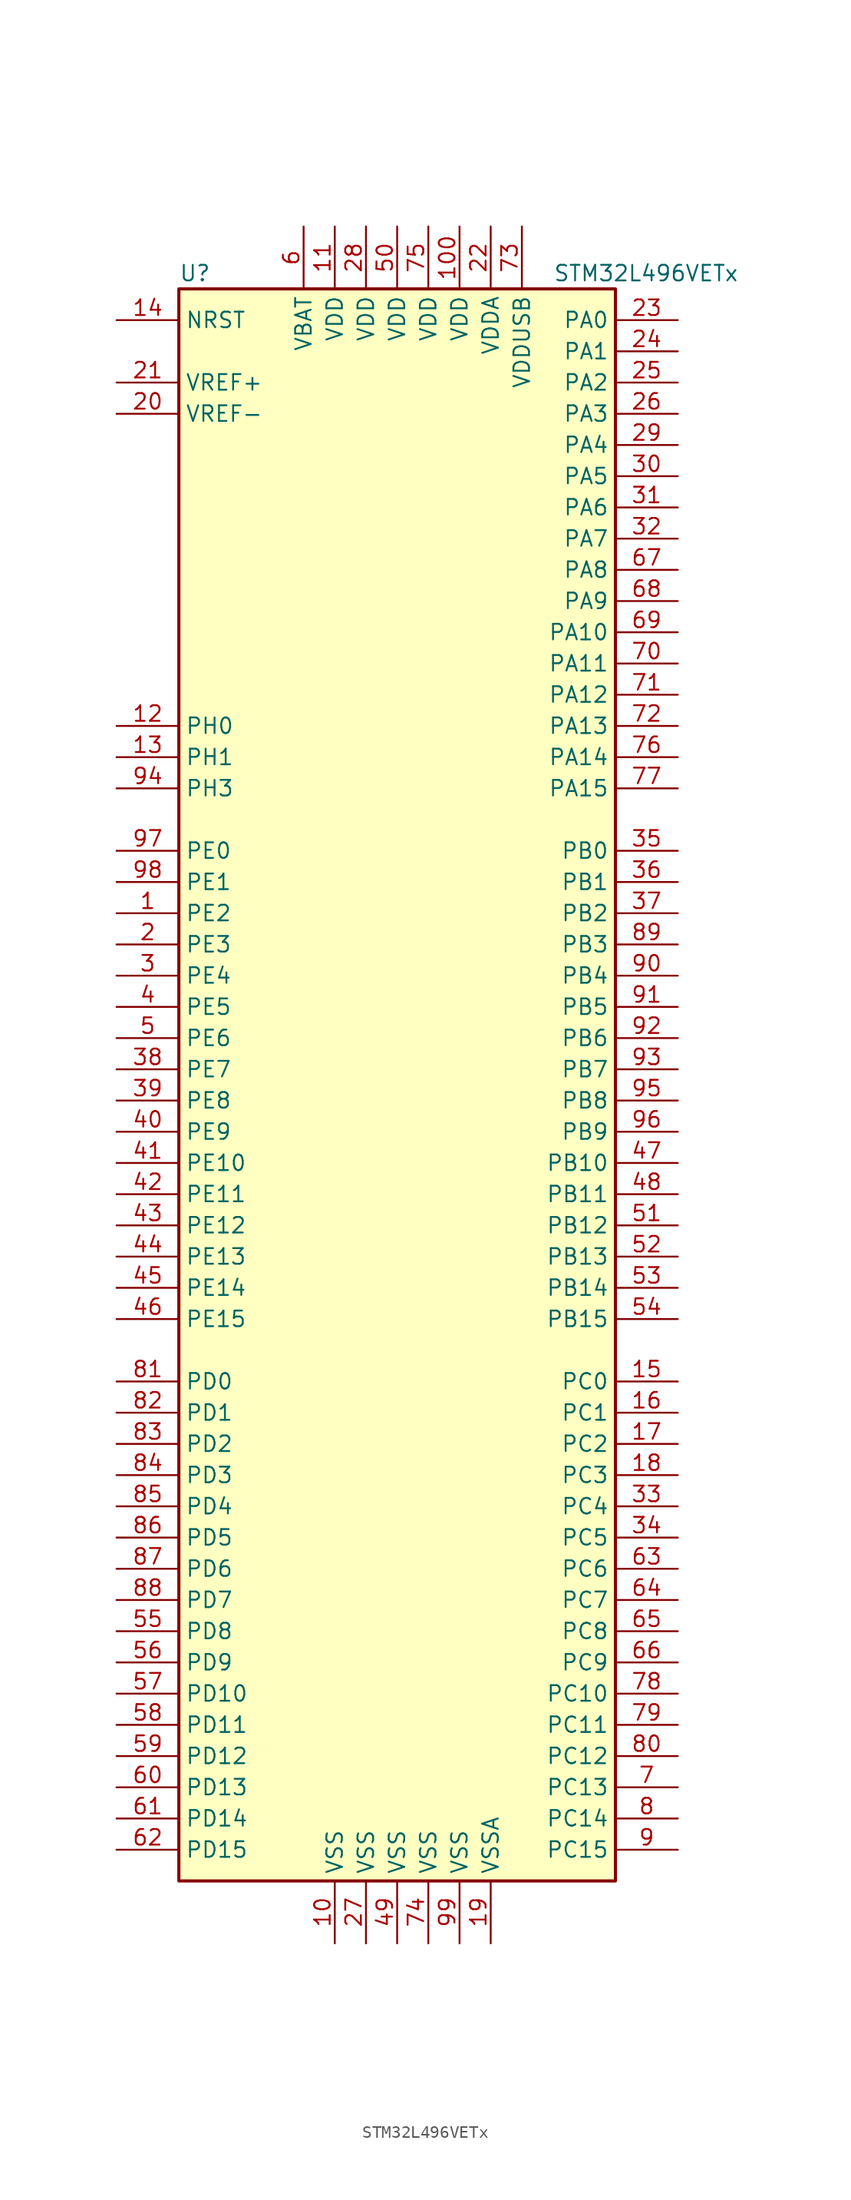
<source format=kicad_sym>
(kicad_symbol_lib
  (version 20201005)
  (generator kicad_symbol_editor)
  (symbol "STM32L496VETx"
    (property "Reference" "U"
      (at -17.78 64.77 0)
      (effects (font (size 1.27 1.27)) (justify left)))
    (property "Value" "STM32L496VETx"
      (at 12.7 64.77 0)
      (effects (font (size 1.27 1.27)) (justify left)))
    (symbol "STM32L496VETx_0_1"
      (rectangle (start -17.78 -66.04) (end 17.78 63.5) (stroke (width 0.254)) (fill (type background))))
    (symbol "STM32L496VETx_1_1"
      (pin input line (at -22.86 60.96 0) (length 5.08) (name "NRST" (effects (font (size 1.27 1.27)))) (number "14" (effects (font (size 1.27 1.27)))))
      (pin bidirectional line (at 22.86 60.96 180) (length 5.08) (name "PA0" (effects (font (size 1.27 1.27)))) (number "23" (effects (font (size 1.27 1.27)))))
      (pin bidirectional line (at 22.86 58.42 180) (length 5.08) (name "PA1" (effects (font (size 1.27 1.27)))) (number "24" (effects (font (size 1.27 1.27)))))
      (pin bidirectional line (at 22.86 35.56 180) (length 5.08) (name "PA10" (effects (font (size 1.27 1.27)))) (number "69" (effects (font (size 1.27 1.27)))))
      (pin bidirectional line (at 22.86 33.02 180) (length 5.08) (name "PA11" (effects (font (size 1.27 1.27)))) (number "70" (effects (font (size 1.27 1.27)))))
      (pin bidirectional line (at 22.86 30.48 180) (length 5.08) (name "PA12" (effects (font (size 1.27 1.27)))) (number "71" (effects (font (size 1.27 1.27)))))
      (pin bidirectional line (at 22.86 27.94 180) (length 5.08) (name "PA13" (effects (font (size 1.27 1.27)))) (number "72" (effects (font (size 1.27 1.27)))))
      (pin bidirectional line (at 22.86 25.4 180) (length 5.08) (name "PA14" (effects (font (size 1.27 1.27)))) (number "76" (effects (font (size 1.27 1.27)))))
      (pin bidirectional line (at 22.86 22.86 180) (length 5.08) (name "PA15" (effects (font (size 1.27 1.27)))) (number "77" (effects (font (size 1.27 1.27)))))
      (pin bidirectional line (at 22.86 55.88 180) (length 5.08) (name "PA2" (effects (font (size 1.27 1.27)))) (number "25" (effects (font (size 1.27 1.27)))))
      (pin bidirectional line (at 22.86 53.34 180) (length 5.08) (name "PA3" (effects (font (size 1.27 1.27)))) (number "26" (effects (font (size 1.27 1.27)))))
      (pin bidirectional line (at 22.86 50.8 180) (length 5.08) (name "PA4" (effects (font (size 1.27 1.27)))) (number "29" (effects (font (size 1.27 1.27)))))
      (pin bidirectional line (at 22.86 48.26 180) (length 5.08) (name "PA5" (effects (font (size 1.27 1.27)))) (number "30" (effects (font (size 1.27 1.27)))))
      (pin bidirectional line (at 22.86 45.72 180) (length 5.08) (name "PA6" (effects (font (size 1.27 1.27)))) (number "31" (effects (font (size 1.27 1.27)))))
      (pin bidirectional line (at 22.86 43.18 180) (length 5.08) (name "PA7" (effects (font (size 1.27 1.27)))) (number "32" (effects (font (size 1.27 1.27)))))
      (pin bidirectional line (at 22.86 40.64 180) (length 5.08) (name "PA8" (effects (font (size 1.27 1.27)))) (number "67" (effects (font (size 1.27 1.27)))))
      (pin bidirectional line (at 22.86 38.1 180) (length 5.08) (name "PA9" (effects (font (size 1.27 1.27)))) (number "68" (effects (font (size 1.27 1.27)))))
      (pin bidirectional line (at 22.86 17.78 180) (length 5.08) (name "PB0" (effects (font (size 1.27 1.27)))) (number "35" (effects (font (size 1.27 1.27)))))
      (pin bidirectional line (at 22.86 15.24 180) (length 5.08) (name "PB1" (effects (font (size 1.27 1.27)))) (number "36" (effects (font (size 1.27 1.27)))))
      (pin bidirectional line (at 22.86 -7.62 180) (length 5.08) (name "PB10" (effects (font (size 1.27 1.27)))) (number "47" (effects (font (size 1.27 1.27)))))
      (pin bidirectional line (at 22.86 -10.16 180) (length 5.08) (name "PB11" (effects (font (size 1.27 1.27)))) (number "48" (effects (font (size 1.27 1.27)))))
      (pin bidirectional line (at 22.86 -12.7 180) (length 5.08) (name "PB12" (effects (font (size 1.27 1.27)))) (number "51" (effects (font (size 1.27 1.27)))))
      (pin bidirectional line (at 22.86 -15.24 180) (length 5.08) (name "PB13" (effects (font (size 1.27 1.27)))) (number "52" (effects (font (size 1.27 1.27)))))
      (pin bidirectional line (at 22.86 -17.78 180) (length 5.08) (name "PB14" (effects (font (size 1.27 1.27)))) (number "53" (effects (font (size 1.27 1.27)))))
      (pin bidirectional line (at 22.86 -20.32 180) (length 5.08) (name "PB15" (effects (font (size 1.27 1.27)))) (number "54" (effects (font (size 1.27 1.27)))))
      (pin bidirectional line (at 22.86 12.7 180) (length 5.08) (name "PB2" (effects (font (size 1.27 1.27)))) (number "37" (effects (font (size 1.27 1.27)))))
      (pin bidirectional line (at 22.86 10.16 180) (length 5.08) (name "PB3" (effects (font (size 1.27 1.27)))) (number "89" (effects (font (size 1.27 1.27)))))
      (pin bidirectional line (at 22.86 7.62 180) (length 5.08) (name "PB4" (effects (font (size 1.27 1.27)))) (number "90" (effects (font (size 1.27 1.27)))))
      (pin bidirectional line (at 22.86 5.08 180) (length 5.08) (name "PB5" (effects (font (size 1.27 1.27)))) (number "91" (effects (font (size 1.27 1.27)))))
      (pin bidirectional line (at 22.86 2.54 180) (length 5.08) (name "PB6" (effects (font (size 1.27 1.27)))) (number "92" (effects (font (size 1.27 1.27)))))
      (pin bidirectional line (at 22.86 0 180) (length 5.08) (name "PB7" (effects (font (size 1.27 1.27)))) (number "93" (effects (font (size 1.27 1.27)))))
      (pin bidirectional line (at 22.86 -2.54 180) (length 5.08) (name "PB8" (effects (font (size 1.27 1.27)))) (number "95" (effects (font (size 1.27 1.27)))))
      (pin bidirectional line (at 22.86 -5.08 180) (length 5.08) (name "PB9" (effects (font (size 1.27 1.27)))) (number "96" (effects (font (size 1.27 1.27)))))
      (pin bidirectional line (at 22.86 -25.4 180) (length 5.08) (name "PC0" (effects (font (size 1.27 1.27)))) (number "15" (effects (font (size 1.27 1.27)))))
      (pin bidirectional line (at 22.86 -27.94 180) (length 5.08) (name "PC1" (effects (font (size 1.27 1.27)))) (number "16" (effects (font (size 1.27 1.27)))))
      (pin bidirectional line (at 22.86 -50.8 180) (length 5.08) (name "PC10" (effects (font (size 1.27 1.27)))) (number "78" (effects (font (size 1.27 1.27)))))
      (pin bidirectional line (at 22.86 -53.34 180) (length 5.08) (name "PC11" (effects (font (size 1.27 1.27)))) (number "79" (effects (font (size 1.27 1.27)))))
      (pin bidirectional line (at 22.86 -55.88 180) (length 5.08) (name "PC12" (effects (font (size 1.27 1.27)))) (number "80" (effects (font (size 1.27 1.27)))))
      (pin bidirectional line (at 22.86 -58.42 180) (length 5.08) (name "PC13" (effects (font (size 1.27 1.27)))) (number "7" (effects (font (size 1.27 1.27)))))
      (pin bidirectional line (at 22.86 -60.96 180) (length 5.08) (name "PC14" (effects (font (size 1.27 1.27)))) (number "8" (effects (font (size 1.27 1.27)))))
      (pin bidirectional line (at 22.86 -63.5 180) (length 5.08) (name "PC15" (effects (font (size 1.27 1.27)))) (number "9" (effects (font (size 1.27 1.27)))))
      (pin bidirectional line (at 22.86 -30.48 180) (length 5.08) (name "PC2" (effects (font (size 1.27 1.27)))) (number "17" (effects (font (size 1.27 1.27)))))
      (pin bidirectional line (at 22.86 -33.02 180) (length 5.08) (name "PC3" (effects (font (size 1.27 1.27)))) (number "18" (effects (font (size 1.27 1.27)))))
      (pin bidirectional line (at 22.86 -35.56 180) (length 5.08) (name "PC4" (effects (font (size 1.27 1.27)))) (number "33" (effects (font (size 1.27 1.27)))))
      (pin bidirectional line (at 22.86 -38.1 180) (length 5.08) (name "PC5" (effects (font (size 1.27 1.27)))) (number "34" (effects (font (size 1.27 1.27)))))
      (pin bidirectional line (at 22.86 -40.64 180) (length 5.08) (name "PC6" (effects (font (size 1.27 1.27)))) (number "63" (effects (font (size 1.27 1.27)))))
      (pin bidirectional line (at 22.86 -43.18 180) (length 5.08) (name "PC7" (effects (font (size 1.27 1.27)))) (number "64" (effects (font (size 1.27 1.27)))))
      (pin bidirectional line (at 22.86 -45.72 180) (length 5.08) (name "PC8" (effects (font (size 1.27 1.27)))) (number "65" (effects (font (size 1.27 1.27)))))
      (pin bidirectional line (at 22.86 -48.26 180) (length 5.08) (name "PC9" (effects (font (size 1.27 1.27)))) (number "66" (effects (font (size 1.27 1.27)))))
      (pin bidirectional line (at -22.86 -25.4 0) (length 5.08) (name "PD0" (effects (font (size 1.27 1.27)))) (number "81" (effects (font (size 1.27 1.27)))))
      (pin bidirectional line (at -22.86 -27.94 0) (length 5.08) (name "PD1" (effects (font (size 1.27 1.27)))) (number "82" (effects (font (size 1.27 1.27)))))
      (pin bidirectional line (at -22.86 -50.8 0) (length 5.08) (name "PD10" (effects (font (size 1.27 1.27)))) (number "57" (effects (font (size 1.27 1.27)))))
      (pin bidirectional line (at -22.86 -53.34 0) (length 5.08) (name "PD11" (effects (font (size 1.27 1.27)))) (number "58" (effects (font (size 1.27 1.27)))))
      (pin bidirectional line (at -22.86 -55.88 0) (length 5.08) (name "PD12" (effects (font (size 1.27 1.27)))) (number "59" (effects (font (size 1.27 1.27)))))
      (pin bidirectional line (at -22.86 -58.42 0) (length 5.08) (name "PD13" (effects (font (size 1.27 1.27)))) (number "60" (effects (font (size 1.27 1.27)))))
      (pin bidirectional line (at -22.86 -60.96 0) (length 5.08) (name "PD14" (effects (font (size 1.27 1.27)))) (number "61" (effects (font (size 1.27 1.27)))))
      (pin bidirectional line (at -22.86 -63.5 0) (length 5.08) (name "PD15" (effects (font (size 1.27 1.27)))) (number "62" (effects (font (size 1.27 1.27)))))
      (pin bidirectional line (at -22.86 -30.48 0) (length 5.08) (name "PD2" (effects (font (size 1.27 1.27)))) (number "83" (effects (font (size 1.27 1.27)))))
      (pin bidirectional line (at -22.86 -33.02 0) (length 5.08) (name "PD3" (effects (font (size 1.27 1.27)))) (number "84" (effects (font (size 1.27 1.27)))))
      (pin bidirectional line (at -22.86 -35.56 0) (length 5.08) (name "PD4" (effects (font (size 1.27 1.27)))) (number "85" (effects (font (size 1.27 1.27)))))
      (pin bidirectional line (at -22.86 -38.1 0) (length 5.08) (name "PD5" (effects (font (size 1.27 1.27)))) (number "86" (effects (font (size 1.27 1.27)))))
      (pin bidirectional line (at -22.86 -40.64 0) (length 5.08) (name "PD6" (effects (font (size 1.27 1.27)))) (number "87" (effects (font (size 1.27 1.27)))))
      (pin bidirectional line (at -22.86 -43.18 0) (length 5.08) (name "PD7" (effects (font (size 1.27 1.27)))) (number "88" (effects (font (size 1.27 1.27)))))
      (pin bidirectional line (at -22.86 -45.72 0) (length 5.08) (name "PD8" (effects (font (size 1.27 1.27)))) (number "55" (effects (font (size 1.27 1.27)))))
      (pin bidirectional line (at -22.86 -48.26 0) (length 5.08) (name "PD9" (effects (font (size 1.27 1.27)))) (number "56" (effects (font (size 1.27 1.27)))))
      (pin bidirectional line (at -22.86 17.78 0) (length 5.08) (name "PE0" (effects (font (size 1.27 1.27)))) (number "97" (effects (font (size 1.27 1.27)))))
      (pin bidirectional line (at -22.86 15.24 0) (length 5.08) (name "PE1" (effects (font (size 1.27 1.27)))) (number "98" (effects (font (size 1.27 1.27)))))
      (pin bidirectional line (at -22.86 -7.62 0) (length 5.08) (name "PE10" (effects (font (size 1.27 1.27)))) (number "41" (effects (font (size 1.27 1.27)))))
      (pin bidirectional line (at -22.86 -10.16 0) (length 5.08) (name "PE11" (effects (font (size 1.27 1.27)))) (number "42" (effects (font (size 1.27 1.27)))))
      (pin bidirectional line (at -22.86 -12.7 0) (length 5.08) (name "PE12" (effects (font (size 1.27 1.27)))) (number "43" (effects (font (size 1.27 1.27)))))
      (pin bidirectional line (at -22.86 -15.24 0) (length 5.08) (name "PE13" (effects (font (size 1.27 1.27)))) (number "44" (effects (font (size 1.27 1.27)))))
      (pin bidirectional line (at -22.86 -17.78 0) (length 5.08) (name "PE14" (effects (font (size 1.27 1.27)))) (number "45" (effects (font (size 1.27 1.27)))))
      (pin bidirectional line (at -22.86 -20.32 0) (length 5.08) (name "PE15" (effects (font (size 1.27 1.27)))) (number "46" (effects (font (size 1.27 1.27)))))
      (pin bidirectional line (at -22.86 12.7 0) (length 5.08) (name "PE2" (effects (font (size 1.27 1.27)))) (number "1" (effects (font (size 1.27 1.27)))))
      (pin bidirectional line (at -22.86 10.16 0) (length 5.08) (name "PE3" (effects (font (size 1.27 1.27)))) (number "2" (effects (font (size 1.27 1.27)))))
      (pin bidirectional line (at -22.86 7.62 0) (length 5.08) (name "PE4" (effects (font (size 1.27 1.27)))) (number "3" (effects (font (size 1.27 1.27)))))
      (pin bidirectional line (at -22.86 5.08 0) (length 5.08) (name "PE5" (effects (font (size 1.27 1.27)))) (number "4" (effects (font (size 1.27 1.27)))))
      (pin bidirectional line (at -22.86 2.54 0) (length 5.08) (name "PE6" (effects (font (size 1.27 1.27)))) (number "5" (effects (font (size 1.27 1.27)))))
      (pin bidirectional line (at -22.86 0 0) (length 5.08) (name "PE7" (effects (font (size 1.27 1.27)))) (number "38" (effects (font (size 1.27 1.27)))))
      (pin bidirectional line (at -22.86 -2.54 0) (length 5.08) (name "PE8" (effects (font (size 1.27 1.27)))) (number "39" (effects (font (size 1.27 1.27)))))
      (pin bidirectional line (at -22.86 -5.08 0) (length 5.08) (name "PE9" (effects (font (size 1.27 1.27)))) (number "40" (effects (font (size 1.27 1.27)))))
      (pin input line (at -22.86 27.94 0) (length 5.08) (name "PH0" (effects (font (size 1.27 1.27)))) (number "12" (effects (font (size 1.27 1.27)))))
      (pin input line (at -22.86 25.4 0) (length 5.08) (name "PH1" (effects (font (size 1.27 1.27)))) (number "13" (effects (font (size 1.27 1.27)))))
      (pin bidirectional line (at -22.86 22.86 0) (length 5.08) (name "PH3" (effects (font (size 1.27 1.27)))) (number "94" (effects (font (size 1.27 1.27)))))
      (pin power_in line (at -7.62 68.58 270) (length 5.08) (name "VBAT" (effects (font (size 1.27 1.27)))) (number "6" (effects (font (size 1.27 1.27)))))
      (pin power_in line (at 5.08 68.58 270) (length 5.08) (name "VDD" (effects (font (size 1.27 1.27)))) (number "100" (effects (font (size 1.27 1.27)))))
      (pin power_in line (at -5.08 68.58 270) (length 5.08) (name "VDD" (effects (font (size 1.27 1.27)))) (number "11" (effects (font (size 1.27 1.27)))))
      (pin power_in line (at -2.54 68.58 270) (length 5.08) (name "VDD" (effects (font (size 1.27 1.27)))) (number "28" (effects (font (size 1.27 1.27)))))
      (pin power_in line (at 0 68.58 270) (length 5.08) (name "VDD" (effects (font (size 1.27 1.27)))) (number "50" (effects (font (size 1.27 1.27)))))
      (pin power_in line (at 2.54 68.58 270) (length 5.08) (name "VDD" (effects (font (size 1.27 1.27)))) (number "75" (effects (font (size 1.27 1.27)))))
      (pin power_in line (at 7.62 68.58 270) (length 5.08) (name "VDDA" (effects (font (size 1.27 1.27)))) (number "22" (effects (font (size 1.27 1.27)))))
      (pin power_in line (at 10.16 68.58 270) (length 5.08) (name "VDDUSB" (effects (font (size 1.27 1.27)))) (number "73" (effects (font (size 1.27 1.27)))))
      (pin bidirectional line (at -22.86 55.88 0) (length 5.08) (name "VREF+" (effects (font (size 1.27 1.27)))) (number "21" (effects (font (size 1.27 1.27)))))
      (pin power_in line (at -22.86 53.34 0) (length 5.08) (name "VREF-" (effects (font (size 1.27 1.27)))) (number "20" (effects (font (size 1.27 1.27)))))
      (pin power_in line (at -5.08 -71.12 90) (length 5.08) (name "VSS" (effects (font (size 1.27 1.27)))) (number "10" (effects (font (size 1.27 1.27)))))
      (pin power_in line (at -2.54 -71.12 90) (length 5.08) (name "VSS" (effects (font (size 1.27 1.27)))) (number "27" (effects (font (size 1.27 1.27)))))
      (pin power_in line (at 0 -71.12 90) (length 5.08) (name "VSS" (effects (font (size 1.27 1.27)))) (number "49" (effects (font (size 1.27 1.27)))))
      (pin power_in line (at 2.54 -71.12 90) (length 5.08) (name "VSS" (effects (font (size 1.27 1.27)))) (number "74" (effects (font (size 1.27 1.27)))))
      (pin power_in line (at 5.08 -71.12 90) (length 5.08) (name "VSS" (effects (font (size 1.27 1.27)))) (number "99" (effects (font (size 1.27 1.27)))))
      (pin power_in line (at 7.62 -71.12 90) (length 5.08) (name "VSSA" (effects (font (size 1.27 1.27)))) (number "19" (effects (font (size 1.27 1.27))))))))
</source>
